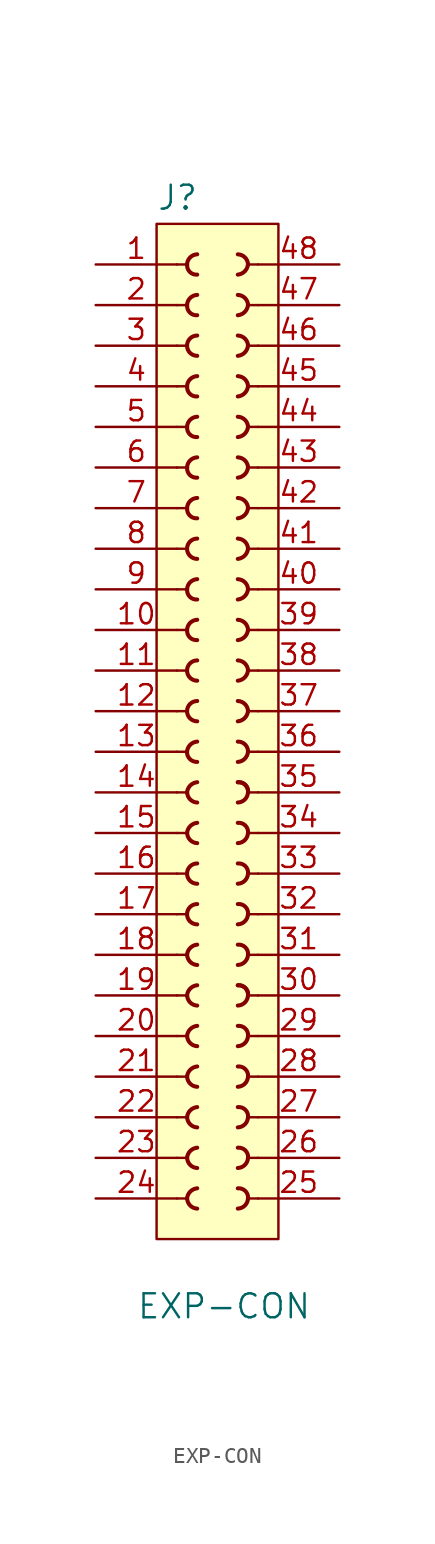
<source format=kicad_sym>
(kicad_symbol_lib
  (version 20231120)
  (generator "kicad_symbol_editor")
  (generator_version "8.0")
  (symbol "EXP-CON"
    (pin_names
      (offset 1.016))
    (property "Reference" "J"
      (at -3.81 33.782 0)
      (effects (font (size 1.499 1.499)) (justify left bottom)))
    (property "Value" "EXP-CON"
      (at -5.08 -35.56 0)
      (effects (font (size 1.499 1.499)) (justify left bottom)))
    (property "ki_locked" ""
      (at 0 0 0)
      (effects (font (size 1.27 1.27))))
    (symbol "EXP-CON_1_0"
      (rectangle (start -3.81 33.02) (end 3.81 -30.48) (stroke (width 0) (type solid)) (fill (type background)))
      (arc (start -1.905 -27.94) (mid -1.7119 -28.3819) (end -1.27 -28.575) (stroke (width 0.254) (type solid)) (fill (type none)))
      (arc (start -1.905 -25.4) (mid -1.7119 -25.8419) (end -1.27 -26.035) (stroke (width 0.254) (type solid)) (fill (type none)))
      (arc (start -1.905 -22.86) (mid -1.7119 -23.3019) (end -1.27 -23.495) (stroke (width 0.254) (type solid)) (fill (type none)))
      (arc (start -1.905 -20.32) (mid -1.7119 -20.7619) (end -1.27 -20.955) (stroke (width 0.254) (type solid)) (fill (type none)))
      (arc (start -1.905 -17.78) (mid -1.7119 -18.2219) (end -1.27 -18.415) (stroke (width 0.254) (type solid)) (fill (type none)))
      (arc (start -1.905 -15.24) (mid -1.7119 -15.6819) (end -1.27 -15.875) (stroke (width 0.254) (type solid)) (fill (type none)))
      (arc (start -1.905 -12.7) (mid -1.7119 -13.1419) (end -1.27 -13.335) (stroke (width 0.254) (type solid)) (fill (type none)))
      (arc (start -1.905 -5.08) (mid -1.7119 -5.5219) (end -1.27 -5.715) (stroke (width 0.254) (type solid)) (fill (type none)))
      (arc (start -1.905 -2.54) (mid -1.7119 -2.9819) (end -1.27 -3.175) (stroke (width 0.254) (type solid)) (fill (type none)))
      (arc (start -1.905 0) (mid -1.7208 -0.4575) (end -1.27 -0.635) (stroke (width 0.254) (type solid)) (fill (type none)))
      (arc (start -1.905 7.62) (mid -1.7303 7.1464) (end -1.27 6.985) (stroke (width 0.254) (type solid)) (fill (type none)))
      (arc (start -1.905 10.16) (mid -1.7303 9.6864) (end -1.27 9.525) (stroke (width 0.254) (type solid)) (fill (type none)))
      (arc (start -1.905 15.24) (mid -1.7303 14.7664) (end -1.27 14.605) (stroke (width 0.254) (type solid)) (fill (type none)))
      (arc (start -1.905 17.78) (mid -1.7303 17.3064) (end -1.27 17.145) (stroke (width 0.254) (type solid)) (fill (type none)))
      (arc (start -1.905 20.32) (mid -1.7303 19.8464) (end -1.27 19.685) (stroke (width 0.254) (type solid)) (fill (type none)))
      (arc (start -1.905 22.86) (mid -1.7303 22.3864) (end -1.27 22.225) (stroke (width 0.254) (type solid)) (fill (type none)))
      (arc (start -1.905 27.94) (mid -1.7303 27.4664) (end -1.27 27.305) (stroke (width 0.254) (type solid)) (fill (type none)))
      (arc (start -1.905 30.48) (mid -1.7303 30.0064) (end -1.27 29.845) (stroke (width 0.254) (type solid)) (fill (type none)))
      (arc (start -1.27 -27.305) (mid -1.693 -27.5008) (end -1.905 -27.94) (stroke (width 0.254) (type solid)) (fill (type none)))
      (arc (start -1.27 -24.765) (mid -1.693 -24.9608) (end -1.905 -25.4) (stroke (width 0.254) (type solid)) (fill (type none)))
      (arc (start -1.27 -22.225) (mid -1.693 -22.4208) (end -1.905 -22.86) (stroke (width 0.254) (type solid)) (fill (type none)))
      (arc (start -1.27 -19.685) (mid -1.693 -19.8808) (end -1.905 -20.32) (stroke (width 0.254) (type solid)) (fill (type none)))
      (arc (start -1.27 -17.145) (mid -1.693 -17.3408) (end -1.905 -17.78) (stroke (width 0.254) (type solid)) (fill (type none)))
      (arc (start -1.27 -14.605) (mid -1.693 -14.8008) (end -1.905 -15.24) (stroke (width 0.254) (type solid)) (fill (type none)))
      (arc (start -1.27 -12.065) (mid -1.693 -12.2608) (end -1.905 -12.7) (stroke (width 0.254) (type solid)) (fill (type none)))
      (arc (start -1.27 -9.525) (mid -1.905 -10.16) (end -1.27 -10.795) (stroke (width 0.254) (type solid)) (fill (type none)))
      (arc (start -1.27 -6.985) (mid -1.905 -7.62) (end -1.27 -8.255) (stroke (width 0.254) (type solid)) (fill (type none)))
      (arc (start -1.27 -4.445) (mid -1.693 -4.6408) (end -1.905 -5.08) (stroke (width 0.254) (type solid)) (fill (type none)))
      (arc (start -1.27 -1.905) (mid -1.693 -2.1008) (end -1.905 -2.54) (stroke (width 0.254) (type solid)) (fill (type none)))
      (arc (start -1.27 0.635) (mid -1.7029 0.4403) (end -1.905 0) (stroke (width 0.254) (type solid)) (fill (type none)))
      (arc (start -1.27 3.175) (mid -1.905 2.54) (end -1.27 1.905) (stroke (width 0.254) (type solid)) (fill (type none)))
      (arc (start -1.27 5.715) (mid -1.905 5.08) (end -1.27 4.445) (stroke (width 0.254) (type solid)) (fill (type none)))
      (arc (start -1.27 8.255) (mid -1.7119 8.0619) (end -1.905 7.62) (stroke (width 0.254) (type solid)) (fill (type none)))
      (arc (start -1.27 10.795) (mid -1.7119 10.6019) (end -1.905 10.16) (stroke (width 0.254) (type solid)) (fill (type none)))
      (arc (start -1.27 13.335) (mid -1.905 12.7) (end -1.27 12.065) (stroke (width 0.254) (type solid)) (fill (type none)))
      (arc (start -1.27 15.875) (mid -1.7119 15.6819) (end -1.905 15.24) (stroke (width 0.254) (type solid)) (fill (type none)))
      (arc (start -1.27 18.415) (mid -1.7119 18.2219) (end -1.905 17.78) (stroke (width 0.254) (type solid)) (fill (type none)))
      (arc (start -1.27 20.955) (mid -1.7119 20.7619) (end -1.905 20.32) (stroke (width 0.254) (type solid)) (fill (type none)))
      (arc (start -1.27 23.495) (mid -1.7119 23.3019) (end -1.905 22.86) (stroke (width 0.254) (type solid)) (fill (type none)))
      (arc (start -1.27 26.035) (mid -1.905 25.4) (end -1.27 24.765) (stroke (width 0.254) (type solid)) (fill (type none)))
      (arc (start -1.27 28.575) (mid -1.7119 28.3819) (end -1.905 27.94) (stroke (width 0.254) (type solid)) (fill (type none)))
      (arc (start -1.27 31.115) (mid -1.7119 30.9219) (end -1.905 30.48) (stroke (width 0.254) (type solid)) (fill (type none)))
      (polyline (pts (xy -2.54 -27.94) (xy -1.905 -27.94)) (stroke (width 0) (type solid)) (fill (type none)))
      (polyline (pts (xy -2.54 -25.4) (xy -1.905 -25.4)) (stroke (width 0) (type solid)) (fill (type none)))
      (polyline (pts (xy -2.54 -22.86) (xy -1.905 -22.86)) (stroke (width 0) (type solid)) (fill (type none)))
      (polyline (pts (xy -2.54 -20.32) (xy -1.905 -20.32)) (stroke (width 0) (type solid)) (fill (type none)))
      (polyline (pts (xy -2.54 -17.78) (xy -1.905 -17.78)) (stroke (width 0) (type solid)) (fill (type none)))
      (polyline (pts (xy -2.54 -15.24) (xy -1.905 -15.24)) (stroke (width 0) (type solid)) (fill (type none)))
      (polyline (pts (xy -2.54 -12.7) (xy -1.905 -12.7)) (stroke (width 0) (type solid)) (fill (type none)))
      (polyline (pts (xy -2.54 -10.16) (xy -1.905 -10.16)) (stroke (width 0) (type solid)) (fill (type none)))
      (polyline (pts (xy -2.54 -7.62) (xy -1.905 -7.62)) (stroke (width 0) (type solid)) (fill (type none)))
      (polyline (pts (xy -2.54 -5.08) (xy -1.905 -5.08)) (stroke (width 0) (type solid)) (fill (type none)))
      (polyline (pts (xy -2.54 -2.54) (xy -1.905 -2.54)) (stroke (width 0) (type solid)) (fill (type none)))
      (polyline (pts (xy -2.54 0) (xy -1.905 0)) (stroke (width 0) (type solid)) (fill (type none)))
      (polyline (pts (xy -2.54 2.54) (xy -1.905 2.54)) (stroke (width 0) (type solid)) (fill (type none)))
      (polyline (pts (xy -2.54 5.08) (xy -1.905 5.08)) (stroke (width 0) (type solid)) (fill (type none)))
      (polyline (pts (xy -2.54 7.62) (xy -1.905 7.62)) (stroke (width 0) (type solid)) (fill (type none)))
      (polyline (pts (xy -2.54 10.16) (xy -1.905 10.16)) (stroke (width 0) (type solid)) (fill (type none)))
      (polyline (pts (xy -2.54 12.7) (xy -1.905 12.7)) (stroke (width 0) (type solid)) (fill (type none)))
      (polyline (pts (xy -2.54 15.24) (xy -1.905 15.24)) (stroke (width 0) (type solid)) (fill (type none)))
      (polyline (pts (xy -2.54 17.78) (xy -1.905 17.78)) (stroke (width 0) (type solid)) (fill (type none)))
      (polyline (pts (xy -2.54 20.32) (xy -1.905 20.32)) (stroke (width 0) (type solid)) (fill (type none)))
      (polyline (pts (xy -2.54 22.86) (xy -1.905 22.86)) (stroke (width 0) (type solid)) (fill (type none)))
      (polyline (pts (xy -2.54 25.4) (xy -1.905 25.4)) (stroke (width 0) (type solid)) (fill (type none)))
      (polyline (pts (xy -2.54 27.94) (xy -1.905 27.94)) (stroke (width 0) (type solid)) (fill (type none)))
      (polyline (pts (xy -2.54 30.48) (xy -1.905 30.48)) (stroke (width 0) (type solid)) (fill (type none)))
      (polyline (pts (xy 2.54 -27.94) (xy 1.905 -27.94)) (stroke (width 0) (type solid)) (fill (type none)))
      (polyline (pts (xy 2.54 -25.4) (xy 1.905 -25.4)) (stroke (width 0) (type solid)) (fill (type none)))
      (polyline (pts (xy 2.54 -22.86) (xy 1.905 -22.86)) (stroke (width 0) (type solid)) (fill (type none)))
      (polyline (pts (xy 2.54 -20.32) (xy 1.905 -20.32)) (stroke (width 0) (type solid)) (fill (type none)))
      (polyline (pts (xy 2.54 -17.78) (xy 1.905 -17.78)) (stroke (width 0) (type solid)) (fill (type none)))
      (polyline (pts (xy 2.54 -15.24) (xy 1.905 -15.24)) (stroke (width 0) (type solid)) (fill (type none)))
      (polyline (pts (xy 2.54 -12.7) (xy 1.905 -12.7)) (stroke (width 0) (type solid)) (fill (type none)))
      (polyline (pts (xy 2.54 -10.16) (xy 1.905 -10.16)) (stroke (width 0) (type solid)) (fill (type none)))
      (polyline (pts (xy 2.54 -7.62) (xy 1.905 -7.62)) (stroke (width 0) (type solid)) (fill (type none)))
      (polyline (pts (xy 2.54 -5.08) (xy 1.905 -5.08)) (stroke (width 0) (type solid)) (fill (type none)))
      (polyline (pts (xy 2.54 -2.54) (xy 1.905 -2.54)) (stroke (width 0) (type solid)) (fill (type none)))
      (polyline (pts (xy 2.54 0) (xy 1.905 0)) (stroke (width 0) (type solid)) (fill (type none)))
      (polyline (pts (xy 2.54 2.54) (xy 1.905 2.54)) (stroke (width 0) (type solid)) (fill (type none)))
      (polyline (pts (xy 2.54 5.08) (xy 1.905 5.08)) (stroke (width 0) (type solid)) (fill (type none)))
      (polyline (pts (xy 2.54 7.62) (xy 1.905 7.62)) (stroke (width 0) (type solid)) (fill (type none)))
      (polyline (pts (xy 2.54 10.16) (xy 1.905 10.16)) (stroke (width 0) (type solid)) (fill (type none)))
      (polyline (pts (xy 2.54 12.7) (xy 1.905 12.7)) (stroke (width 0) (type solid)) (fill (type none)))
      (polyline (pts (xy 2.54 15.24) (xy 1.905 15.24)) (stroke (width 0) (type solid)) (fill (type none)))
      (polyline (pts (xy 2.54 17.78) (xy 1.905 17.78)) (stroke (width 0) (type solid)) (fill (type none)))
      (polyline (pts (xy 2.54 20.32) (xy 1.905 20.32)) (stroke (width 0) (type solid)) (fill (type none)))
      (polyline (pts (xy 2.54 22.86) (xy 1.905 22.86)) (stroke (width 0) (type solid)) (fill (type none)))
      (polyline (pts (xy 2.54 25.4) (xy 1.905 25.4)) (stroke (width 0) (type solid)) (fill (type none)))
      (polyline (pts (xy 2.54 27.94) (xy 1.905 27.94)) (stroke (width 0) (type solid)) (fill (type none)))
      (polyline (pts (xy 2.54 30.48) (xy 1.905 30.48)) (stroke (width 0) (type solid)) (fill (type none)))
      (arc (start 1.27 -28.575) (mid 1.7119 -28.3819) (end 1.905 -27.94) (stroke (width 0.254) (type solid)) (fill (type none)))
      (arc (start 1.27 -26.035) (mid 1.7119 -25.8419) (end 1.905 -25.4) (stroke (width 0.254) (type solid)) (fill (type none)))
      (arc (start 1.27 -23.495) (mid 1.7119 -23.3019) (end 1.905 -22.86) (stroke (width 0.254) (type solid)) (fill (type none)))
      (arc (start 1.27 -20.955) (mid 1.7119 -20.7619) (end 1.905 -20.32) (stroke (width 0.254) (type solid)) (fill (type none)))
      (arc (start 1.27 -18.415) (mid 1.7119 -18.2219) (end 1.905 -17.78) (stroke (width 0.254) (type solid)) (fill (type none)))
      (arc (start 1.27 -15.875) (mid 1.7119 -15.6819) (end 1.905 -15.24) (stroke (width 0.254) (type solid)) (fill (type none)))
      (arc (start 1.27 -13.335) (mid 1.7119 -13.1419) (end 1.905 -12.7) (stroke (width 0.254) (type solid)) (fill (type none)))
      (arc (start 1.27 -10.795) (mid 1.7119 -10.6019) (end 1.905 -10.16) (stroke (width 0.254) (type solid)) (fill (type none)))
      (arc (start 1.27 -8.255) (mid 1.7119 -8.0619) (end 1.905 -7.62) (stroke (width 0.254) (type solid)) (fill (type none)))
      (arc (start 1.27 -5.715) (mid 1.7119 -5.5219) (end 1.905 -5.08) (stroke (width 0.254) (type solid)) (fill (type none)))
      (arc (start 1.27 -3.175) (mid 1.7119 -2.9819) (end 1.905 -2.54) (stroke (width 0.254) (type solid)) (fill (type none)))
      (arc (start 1.27 -0.635) (mid 1.7029 -0.4403) (end 1.905 0) (stroke (width 0.254) (type solid)) (fill (type none)))
      (arc (start 1.27 1.905) (mid 1.693 2.1008) (end 1.905 2.54) (stroke (width 0.254) (type solid)) (fill (type none)))
      (arc (start 1.27 4.445) (mid 1.693 4.6408) (end 1.905 5.08) (stroke (width 0.254) (type solid)) (fill (type none)))
      (arc (start 1.27 6.985) (mid 1.693 7.1808) (end 1.905 7.62) (stroke (width 0.254) (type solid)) (fill (type none)))
      (arc (start 1.27 9.525) (mid 1.693 9.7208) (end 1.905 10.16) (stroke (width 0.254) (type solid)) (fill (type none)))
      (arc (start 1.27 12.065) (mid 1.693 12.2608) (end 1.905 12.7) (stroke (width 0.254) (type solid)) (fill (type none)))
      (arc (start 1.27 14.605) (mid 1.693 14.8008) (end 1.905 15.24) (stroke (width 0.254) (type solid)) (fill (type none)))
      (arc (start 1.27 17.145) (mid 1.693 17.3408) (end 1.905 17.78) (stroke (width 0.254) (type solid)) (fill (type none)))
      (arc (start 1.27 19.685) (mid 1.693 19.8808) (end 1.905 20.32) (stroke (width 0.254) (type solid)) (fill (type none)))
      (arc (start 1.27 22.225) (mid 1.693 22.4208) (end 1.905 22.86) (stroke (width 0.254) (type solid)) (fill (type none)))
      (arc (start 1.27 24.765) (mid 1.693 24.9608) (end 1.905 25.4) (stroke (width 0.254) (type solid)) (fill (type none)))
      (arc (start 1.27 27.305) (mid 1.693 27.5008) (end 1.905 27.94) (stroke (width 0.254) (type solid)) (fill (type none)))
      (arc (start 1.27 29.845) (mid 1.693 30.0408) (end 1.905 30.48) (stroke (width 0.254) (type solid)) (fill (type none)))
      (arc (start 1.905 -27.94) (mid 1.7303 -27.4664) (end 1.27 -27.305) (stroke (width 0.254) (type solid)) (fill (type none)))
      (arc (start 1.905 -25.4) (mid 1.7303 -24.9264) (end 1.27 -24.765) (stroke (width 0.254) (type solid)) (fill (type none)))
      (arc (start 1.905 -22.86) (mid 1.7303 -22.3864) (end 1.27 -22.225) (stroke (width 0.254) (type solid)) (fill (type none)))
      (arc (start 1.905 -20.32) (mid 1.7303 -19.8464) (end 1.27 -19.685) (stroke (width 0.254) (type solid)) (fill (type none)))
      (arc (start 1.905 -17.78) (mid 1.7303 -17.3064) (end 1.27 -17.145) (stroke (width 0.254) (type solid)) (fill (type none)))
      (arc (start 1.905 -15.24) (mid 1.7303 -14.7664) (end 1.27 -14.605) (stroke (width 0.254) (type solid)) (fill (type none)))
      (arc (start 1.905 -15.24) (mid 1.7303 -14.7664) (end 1.27 -14.605) (stroke (width 0.254) (type solid)) (fill (type none)))
      (arc (start 1.905 -12.7) (mid 1.7303 -12.2264) (end 1.27 -12.065) (stroke (width 0.254) (type solid)) (fill (type none)))
      (arc (start 1.905 -10.16) (mid 1.7303 -9.6864) (end 1.27 -9.525) (stroke (width 0.254) (type solid)) (fill (type none)))
      (arc (start 1.905 -7.62) (mid 1.7303 -7.1464) (end 1.27 -6.985) (stroke (width 0.254) (type solid)) (fill (type none)))
      (arc (start 1.905 -5.08) (mid 1.7303 -4.6064) (end 1.27 -4.445) (stroke (width 0.254) (type solid)) (fill (type none)))
      (arc (start 1.905 -2.54) (mid 1.7303 -2.0664) (end 1.27 -1.905) (stroke (width 0.254) (type solid)) (fill (type none)))
      (arc (start 1.905 -2.54) (mid 1.7303 -2.0664) (end 1.27 -1.905) (stroke (width 0.254) (type solid)) (fill (type none)))
      (arc (start 1.905 0) (mid 1.7208 0.4575) (end 1.27 0.635) (stroke (width 0.254) (type solid)) (fill (type none)))
      (arc (start 1.905 2.54) (mid 1.7119 2.9819) (end 1.27 3.175) (stroke (width 0.254) (type solid)) (fill (type none)))
      (arc (start 1.905 5.08) (mid 1.7119 5.5219) (end 1.27 5.715) (stroke (width 0.254) (type solid)) (fill (type none)))
      (arc (start 1.905 7.62) (mid 1.7119 8.0619) (end 1.27 8.255) (stroke (width 0.254) (type solid)) (fill (type none)))
      (arc (start 1.905 10.16) (mid 1.7119 10.6019) (end 1.27 10.795) (stroke (width 0.254) (type solid)) (fill (type none)))
      (arc (start 1.905 12.7) (mid 1.7119 13.1419) (end 1.27 13.335) (stroke (width 0.254) (type solid)) (fill (type none)))
      (arc (start 1.905 15.24) (mid 1.7119 15.6819) (end 1.27 15.875) (stroke (width 0.254) (type solid)) (fill (type none)))
      (arc (start 1.905 17.78) (mid 1.7119 18.2219) (end 1.27 18.415) (stroke (width 0.254) (type solid)) (fill (type none)))
      (arc (start 1.905 20.32) (mid 1.7119 20.7619) (end 1.27 20.955) (stroke (width 0.254) (type solid)) (fill (type none)))
      (arc (start 1.905 22.86) (mid 1.7119 23.3019) (end 1.27 23.495) (stroke (width 0.254) (type solid)) (fill (type none)))
      (arc (start 1.905 25.4) (mid 1.7119 25.8419) (end 1.27 26.035) (stroke (width 0.254) (type solid)) (fill (type none)))
      (arc (start 1.905 27.94) (mid 1.7119 28.3819) (end 1.27 28.575) (stroke (width 0.254) (type solid)) (fill (type none)))
      (arc (start 1.905 30.48) (mid 1.7119 30.9219) (end 1.27 31.115) (stroke (width 0.254) (type solid)) (fill (type none)))
      (pin passive line (at -7.62 30.48 0) (length 5.08) (name "~" (effects (font (size 0 0)))) (number "1" (effects (font (size 1.27 1.27)))))
      (pin passive line (at -7.62 7.62 0) (length 5.08) (name "~" (effects (font (size 0 0)))) (number "10" (effects (font (size 1.27 1.27)))))
      (pin passive line (at -7.62 5.08 0) (length 5.08) (name "~" (effects (font (size 0 0)))) (number "11" (effects (font (size 1.27 1.27)))))
      (pin passive line (at -7.62 2.54 0) (length 5.08) (name "~" (effects (font (size 0 0)))) (number "12" (effects (font (size 1.27 1.27)))))
      (pin passive line (at -7.62 0 0) (length 5.08) (name "~" (effects (font (size 0 0)))) (number "13" (effects (font (size 1.27 1.27)))))
      (pin passive line (at -7.62 -2.54 0) (length 5.08) (name "~" (effects (font (size 0 0)))) (number "14" (effects (font (size 1.27 1.27)))))
      (pin passive line (at -7.62 -5.08 0) (length 5.08) (name "~" (effects (font (size 0 0)))) (number "15" (effects (font (size 1.27 1.27)))))
      (pin passive line (at -7.62 -7.62 0) (length 5.08) (name "~" (effects (font (size 0 0)))) (number "16" (effects (font (size 1.27 1.27)))))
      (pin passive line (at -7.62 -10.16 0) (length 5.08) (name "~" (effects (font (size 0 0)))) (number "17" (effects (font (size 1.27 1.27)))))
      (pin passive line (at -7.62 -12.7 0) (length 5.08) (name "~" (effects (font (size 0 0)))) (number "18" (effects (font (size 1.27 1.27)))))
      (pin passive line (at -7.62 -15.24 0) (length 5.08) (name "~" (effects (font (size 0 0)))) (number "19" (effects (font (size 1.27 1.27)))))
      (pin passive line (at -7.62 27.94 0) (length 5.08) (name "~" (effects (font (size 0 0)))) (number "2" (effects (font (size 1.27 1.27)))))
      (pin passive line (at -7.62 -17.78 0) (length 5.08) (name "~" (effects (font (size 0 0)))) (number "20" (effects (font (size 1.27 1.27)))))
      (pin passive line (at -7.62 -20.32 0) (length 5.08) (name "~" (effects (font (size 0 0)))) (number "21" (effects (font (size 1.27 1.27)))))
      (pin passive line (at -7.62 -22.86 0) (length 5.08) (name "~" (effects (font (size 0 0)))) (number "22" (effects (font (size 1.27 1.27)))))
      (pin passive line (at -7.62 -25.4 0) (length 5.08) (name "~" (effects (font (size 0 0)))) (number "23" (effects (font (size 1.27 1.27)))))
      (pin passive line (at -7.62 -27.94 0) (length 5.08) (name "~" (effects (font (size 0 0)))) (number "24" (effects (font (size 1.27 1.27)))))
      (pin passive line (at 7.62 -27.94 180) (length 5.08) (name "~" (effects (font (size 0 0)))) (number "25" (effects (font (size 1.27 1.27)))))
      (pin passive line (at 7.62 -25.4 180) (length 5.08) (name "~" (effects (font (size 0 0)))) (number "26" (effects (font (size 1.27 1.27)))))
      (pin passive line (at 7.62 -22.86 180) (length 5.08) (name "~" (effects (font (size 0 0)))) (number "27" (effects (font (size 1.27 1.27)))))
      (pin passive line (at 7.62 -20.32 180) (length 5.08) (name "~" (effects (font (size 0 0)))) (number "28" (effects (font (size 1.27 1.27)))))
      (pin passive line (at 7.62 -17.78 180) (length 5.08) (name "~" (effects (font (size 0 0)))) (number "29" (effects (font (size 1.27 1.27)))))
      (pin passive line (at -7.62 25.4 0) (length 5.08) (name "~" (effects (font (size 0 0)))) (number "3" (effects (font (size 1.27 1.27)))))
      (pin passive line (at 7.62 -15.24 180) (length 5.08) (name "~" (effects (font (size 0 0)))) (number "30" (effects (font (size 1.27 1.27)))))
      (pin passive line (at 7.62 -12.7 180) (length 5.08) (name "~" (effects (font (size 0 0)))) (number "31" (effects (font (size 1.27 1.27)))))
      (pin passive line (at 7.62 -10.16 180) (length 5.08) (name "~" (effects (font (size 0 0)))) (number "32" (effects (font (size 1.27 1.27)))))
      (pin passive line (at 7.62 -7.62 180) (length 5.08) (name "~" (effects (font (size 0 0)))) (number "33" (effects (font (size 1.27 1.27)))))
      (pin passive line (at 7.62 -5.08 180) (length 5.08) (name "~" (effects (font (size 0 0)))) (number "34" (effects (font (size 1.27 1.27)))))
      (pin passive line (at 7.62 -2.54 180) (length 5.08) (name "~" (effects (font (size 0 0)))) (number "35" (effects (font (size 1.27 1.27)))))
      (pin passive line (at 7.62 0 180) (length 5.08) (name "~" (effects (font (size 0 0)))) (number "36" (effects (font (size 1.27 1.27)))))
      (pin passive line (at 7.62 2.54 180) (length 5.08) (name "~" (effects (font (size 0 0)))) (number "37" (effects (font (size 1.27 1.27)))))
      (pin passive line (at 7.62 5.08 180) (length 5.08) (name "~" (effects (font (size 0 0)))) (number "38" (effects (font (size 1.27 1.27)))))
      (pin passive line (at 7.62 7.62 180) (length 5.08) (name "~" (effects (font (size 0 0)))) (number "39" (effects (font (size 1.27 1.27)))))
      (pin passive line (at -7.62 22.86 0) (length 5.08) (name "~" (effects (font (size 0 0)))) (number "4" (effects (font (size 1.27 1.27)))))
      (pin passive line (at 7.62 10.16 180) (length 5.08) (name "~" (effects (font (size 0 0)))) (number "40" (effects (font (size 1.27 1.27)))))
      (pin passive line (at 7.62 12.7 180) (length 5.08) (name "~" (effects (font (size 0 0)))) (number "41" (effects (font (size 1.27 1.27)))))
      (pin passive line (at 7.62 15.24 180) (length 5.08) (name "~" (effects (font (size 0 0)))) (number "42" (effects (font (size 1.27 1.27)))))
      (pin passive line (at 7.62 17.78 180) (length 5.08) (name "~" (effects (font (size 0 0)))) (number "43" (effects (font (size 1.27 1.27)))))
      (pin passive line (at 7.62 20.32 180) (length 5.08) (name "~" (effects (font (size 0 0)))) (number "44" (effects (font (size 1.27 1.27)))))
      (pin passive line (at 7.62 22.86 180) (length 5.08) (name "~" (effects (font (size 0 0)))) (number "45" (effects (font (size 1.27 1.27)))))
      (pin passive line (at 7.62 25.4 180) (length 5.08) (name "~" (effects (font (size 0 0)))) (number "46" (effects (font (size 1.27 1.27)))))
      (pin passive line (at 7.62 27.94 180) (length 5.08) (name "~" (effects (font (size 0 0)))) (number "47" (effects (font (size 1.27 1.27)))))
      (pin passive line (at 7.62 30.48 180) (length 5.08) (name "~" (effects (font (size 0 0)))) (number "48" (effects (font (size 1.27 1.27)))))
      (pin passive line (at -7.62 20.32 0) (length 5.08) (name "~" (effects (font (size 0 0)))) (number "5" (effects (font (size 1.27 1.27)))))
      (pin passive line (at -7.62 17.78 0) (length 5.08) (name "~" (effects (font (size 0 0)))) (number "6" (effects (font (size 1.27 1.27)))))
      (pin passive line (at -7.62 15.24 0) (length 5.08) (name "~" (effects (font (size 0 0)))) (number "7" (effects (font (size 1.27 1.27)))))
      (pin passive line (at -7.62 12.7 0) (length 5.08) (name "~" (effects (font (size 0 0)))) (number "8" (effects (font (size 1.27 1.27)))))
      (pin passive line (at -7.62 10.16 0) (length 5.08) (name "~" (effects (font (size 0 0)))) (number "9" (effects (font (size 1.27 1.27))))))))
</source>
